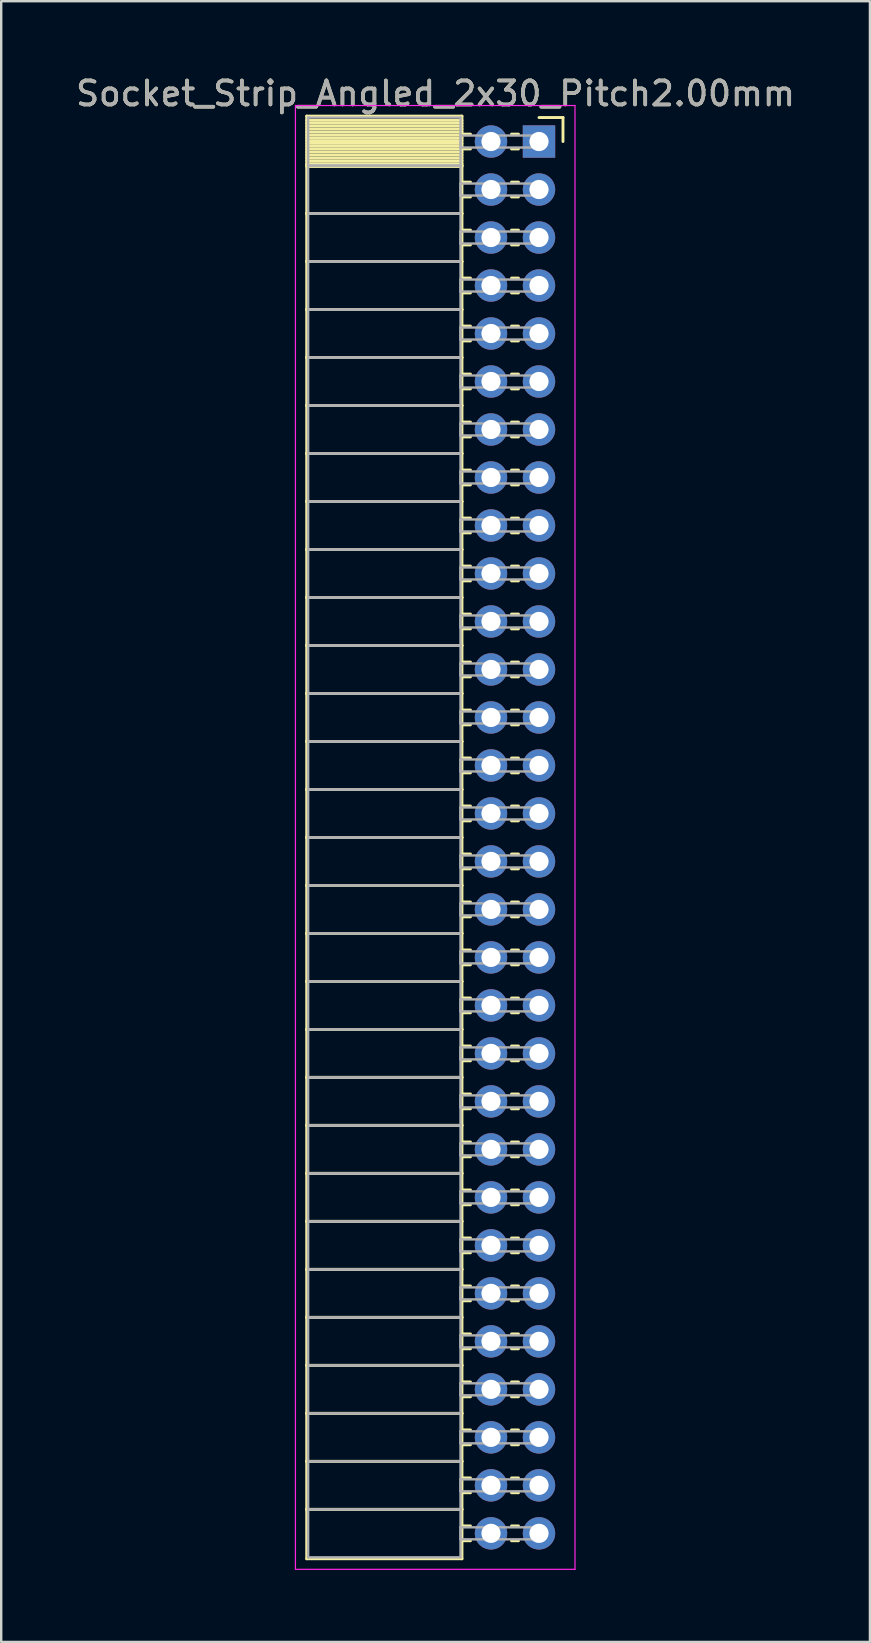
<source format=kicad_pcb>
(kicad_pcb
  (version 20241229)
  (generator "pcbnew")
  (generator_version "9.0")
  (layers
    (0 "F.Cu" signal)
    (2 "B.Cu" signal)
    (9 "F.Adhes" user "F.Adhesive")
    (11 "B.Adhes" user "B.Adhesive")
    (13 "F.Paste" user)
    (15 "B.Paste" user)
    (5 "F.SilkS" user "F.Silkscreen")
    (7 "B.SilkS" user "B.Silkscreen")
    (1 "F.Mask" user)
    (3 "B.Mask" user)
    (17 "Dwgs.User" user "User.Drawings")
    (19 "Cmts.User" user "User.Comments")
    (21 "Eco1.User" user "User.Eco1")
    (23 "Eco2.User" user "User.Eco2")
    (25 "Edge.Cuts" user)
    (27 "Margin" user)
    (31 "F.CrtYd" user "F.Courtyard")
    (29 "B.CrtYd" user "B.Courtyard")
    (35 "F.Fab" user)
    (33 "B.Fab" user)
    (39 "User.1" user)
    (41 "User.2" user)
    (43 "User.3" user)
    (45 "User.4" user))
  (footprint "Socket_Strip_Angled_2x30_Pitch2.00mm"
    (layer "F.Cu")
    (at 19.411 2.848)
    (property "Reference" "Socket_Strip_Angled_2x30_Pitch2.00mm" (at -4.31 -2 0) (layer "F.SilkS") (effects (font (size 1 1) (thickness 0.15))))
    (attr through_hole)
    (fp_line (start -9.68 -1.06) (end -3.21 -1.06) (stroke (width 0.12) (type solid)) (layer "F.SilkS"))
    (fp_line (start -9.68 1) (end -9.68 -1.06) (stroke (width 0.12) (type solid)) (layer "F.SilkS"))
    (fp_line (start -9.68 1) (end -3.21 1) (stroke (width 0.12) (type solid)) (layer "F.SilkS"))
    (fp_line (start -9.68 3) (end -9.68 1) (stroke (width 0.12) (type solid)) (layer "F.SilkS"))
    (fp_line (start -9.68 3) (end -3.21 3) (stroke (width 0.12) (type solid)) (layer "F.SilkS"))
    (fp_line (start -9.68 5) (end -9.68 3) (stroke (width 0.12) (type solid)) (layer "F.SilkS"))
    (fp_line (start -9.68 5) (end -3.21 5) (stroke (width 0.12) (type solid)) (layer "F.SilkS"))
    (fp_line (start -9.68 7) (end -9.68 5) (stroke (width 0.12) (type solid)) (layer "F.SilkS"))
    (fp_line (start -9.68 7) (end -3.21 7) (stroke (width 0.12) (type solid)) (layer "F.SilkS"))
    (fp_line (start -9.68 9) (end -9.68 7) (stroke (width 0.12) (type solid)) (layer "F.SilkS"))
    (fp_line (start -9.68 9) (end -3.21 9) (stroke (width 0.12) (type solid)) (layer "F.SilkS"))
    (fp_line (start -9.68 11) (end -9.68 9) (stroke (width 0.12) (type solid)) (layer "F.SilkS"))
    (fp_line (start -9.68 11) (end -3.21 11) (stroke (width 0.12) (type solid)) (layer "F.SilkS"))
    (fp_line (start -9.68 13) (end -9.68 11) (stroke (width 0.12) (type solid)) (layer "F.SilkS"))
    (fp_line (start -9.68 13) (end -3.21 13) (stroke (width 0.12) (type solid)) (layer "F.SilkS"))
    (fp_line (start -9.68 15) (end -9.68 13) (stroke (width 0.12) (type solid)) (layer "F.SilkS"))
    (fp_line (start -9.68 15) (end -3.21 15) (stroke (width 0.12) (type solid)) (layer "F.SilkS"))
    (fp_line (start -9.68 17) (end -9.68 15) (stroke (width 0.12) (type solid)) (layer "F.SilkS"))
    (fp_line (start -9.68 17) (end -3.21 17) (stroke (width 0.12) (type solid)) (layer "F.SilkS"))
    (fp_line (start -9.68 19) (end -9.68 17) (stroke (width 0.12) (type solid)) (layer "F.SilkS"))
    (fp_line (start -9.68 19) (end -3.21 19) (stroke (width 0.12) (type solid)) (layer "F.SilkS"))
    (fp_line (start -9.68 21) (end -9.68 19) (stroke (width 0.12) (type solid)) (layer "F.SilkS"))
    (fp_line (start -9.68 21) (end -3.21 21) (stroke (width 0.12) (type solid)) (layer "F.SilkS"))
    (fp_line (start -9.68 23) (end -9.68 21) (stroke (width 0.12) (type solid)) (layer "F.SilkS"))
    (fp_line (start -9.68 23) (end -3.21 23) (stroke (width 0.12) (type solid)) (layer "F.SilkS"))
    (fp_line (start -9.68 25) (end -9.68 23) (stroke (width 0.12) (type solid)) (layer "F.SilkS"))
    (fp_line (start -9.68 25) (end -3.21 25) (stroke (width 0.12) (type solid)) (layer "F.SilkS"))
    (fp_line (start -9.68 27) (end -9.68 25) (stroke (width 0.12) (type solid)) (layer "F.SilkS"))
    (fp_line (start -9.68 27) (end -3.21 27) (stroke (width 0.12) (type solid)) (layer "F.SilkS"))
    (fp_line (start -9.68 29) (end -9.68 27) (stroke (width 0.12) (type solid)) (layer "F.SilkS"))
    (fp_line (start -9.68 29) (end -3.21 29) (stroke (width 0.12) (type solid)) (layer "F.SilkS"))
    (fp_line (start -9.68 31) (end -9.68 29) (stroke (width 0.12) (type solid)) (layer "F.SilkS"))
    (fp_line (start -9.68 31) (end -3.21 31) (stroke (width 0.12) (type solid)) (layer "F.SilkS"))
    (fp_line (start -9.68 33) (end -9.68 31) (stroke (width 0.12) (type solid)) (layer "F.SilkS"))
    (fp_line (start -9.68 33) (end -3.21 33) (stroke (width 0.12) (type solid)) (layer "F.SilkS"))
    (fp_line (start -9.68 35) (end -9.68 33) (stroke (width 0.12) (type solid)) (layer "F.SilkS"))
    (fp_line (start -9.68 35) (end -3.21 35) (stroke (width 0.12) (type solid)) (layer "F.SilkS"))
    (fp_line (start -9.68 37) (end -9.68 35) (stroke (width 0.12) (type solid)) (layer "F.SilkS"))
    (fp_line (start -9.68 37) (end -3.21 37) (stroke (width 0.12) (type solid)) (layer "F.SilkS"))
    (fp_line (start -9.68 39) (end -9.68 37) (stroke (width 0.12) (type solid)) (layer "F.SilkS"))
    (fp_line (start -9.68 39) (end -3.21 39) (stroke (width 0.12) (type solid)) (layer "F.SilkS"))
    (fp_line (start -9.68 41) (end -9.68 39) (stroke (width 0.12) (type solid)) (layer "F.SilkS"))
    (fp_line (start -9.68 41) (end -3.21 41) (stroke (width 0.12) (type solid)) (layer "F.SilkS"))
    (fp_line (start -9.68 43) (end -9.68 41) (stroke (width 0.12) (type solid)) (layer "F.SilkS"))
    (fp_line (start -9.68 43) (end -3.21 43) (stroke (width 0.12) (type solid)) (layer "F.SilkS"))
    (fp_line (start -9.68 45) (end -9.68 43) (stroke (width 0.12) (type solid)) (layer "F.SilkS"))
    (fp_line (start -9.68 45) (end -3.21 45) (stroke (width 0.12) (type solid)) (layer "F.SilkS"))
    (fp_line (start -9.68 47) (end -9.68 45) (stroke (width 0.12) (type solid)) (layer "F.SilkS"))
    (fp_line (start -9.68 47) (end -3.21 47) (stroke (width 0.12) (type solid)) (layer "F.SilkS"))
    (fp_line (start -9.68 49) (end -9.68 47) (stroke (width 0.12) (type solid)) (layer "F.SilkS"))
    (fp_line (start -9.68 49) (end -3.21 49) (stroke (width 0.12) (type solid)) (layer "F.SilkS"))
    (fp_line (start -9.68 51) (end -9.68 49) (stroke (width 0.12) (type solid)) (layer "F.SilkS"))
    (fp_line (start -9.68 51) (end -3.21 51) (stroke (width 0.12) (type solid)) (layer "F.SilkS"))
    (fp_line (start -9.68 53) (end -9.68 51) (stroke (width 0.12) (type solid)) (layer "F.SilkS"))
    (fp_line (start -9.68 53) (end -3.21 53) (stroke (width 0.12) (type solid)) (layer "F.SilkS"))
    (fp_line (start -9.68 55) (end -9.68 53) (stroke (width 0.12) (type solid)) (layer "F.SilkS"))
    (fp_line (start -9.68 55) (end -3.21 55) (stroke (width 0.12) (type solid)) (layer "F.SilkS"))
    (fp_line (start -9.68 57) (end -9.68 55) (stroke (width 0.12) (type solid)) (layer "F.SilkS"))
    (fp_line (start -9.68 57) (end -3.21 57) (stroke (width 0.12) (type solid)) (layer "F.SilkS"))
    (fp_line (start -9.68 59.06) (end -9.68 57) (stroke (width 0.12) (type solid)) (layer "F.SilkS"))
    (fp_line (start -3.21 -1.06) (end -3.21 1) (stroke (width 0.12) (type solid)) (layer "F.SilkS"))
    (fp_line (start -3.21 -0.88) (end -9.68 -0.88) (stroke (width 0.12) (type solid)) (layer "F.SilkS"))
    (fp_line (start -3.21 -0.76) (end -9.68 -0.76) (stroke (width 0.12) (type solid)) (layer "F.SilkS"))
    (fp_line (start -3.21 -0.64) (end -9.68 -0.64) (stroke (width 0.12) (type solid)) (layer "F.SilkS"))
    (fp_line (start -3.21 -0.52) (end -9.68 -0.52) (stroke (width 0.12) (type solid)) (layer "F.SilkS"))
    (fp_line (start -3.21 -0.4) (end -9.68 -0.4) (stroke (width 0.12) (type solid)) (layer "F.SilkS"))
    (fp_line (start -3.21 -0.28) (end -9.68 -0.28) (stroke (width 0.12) (type solid)) (layer "F.SilkS"))
    (fp_line (start -3.21 -0.16) (end -9.68 -0.16) (stroke (width 0.12) (type solid)) (layer "F.SilkS"))
    (fp_line (start -3.21 -0.04) (end -9.68 -0.04) (stroke (width 0.12) (type solid)) (layer "F.SilkS"))
    (fp_line (start -3.21 0.08) (end -9.68 0.08) (stroke (width 0.12) (type solid)) (layer "F.SilkS"))
    (fp_line (start -3.21 0.2) (end -9.68 0.2) (stroke (width 0.12) (type solid)) (layer "F.SilkS"))
    (fp_line (start -3.21 0.32) (end -9.68 0.32) (stroke (width 0.12) (type solid)) (layer "F.SilkS"))
    (fp_line (start -3.21 0.44) (end -9.68 0.44) (stroke (width 0.12) (type solid)) (layer "F.SilkS"))
    (fp_line (start -3.21 0.56) (end -9.68 0.56) (stroke (width 0.12) (type solid)) (layer "F.SilkS"))
    (fp_line (start -3.21 0.68) (end -9.68 0.68) (stroke (width 0.12) (type solid)) (layer "F.SilkS"))
    (fp_line (start -3.21 0.8) (end -9.68 0.8) (stroke (width 0.12) (type solid)) (layer "F.SilkS"))
    (fp_line (start -3.21 0.92) (end -9.68 0.92) (stroke (width 0.12) (type solid)) (layer "F.SilkS"))
    (fp_line (start -3.21 1) (end -9.68 1) (stroke (width 0.12) (type solid)) (layer "F.SilkS"))
    (fp_line (start -3.21 1) (end -3.21 3) (stroke (width 0.12) (type solid)) (layer "F.SilkS"))
    (fp_line (start -3.21 1.04) (end -9.68 1.04) (stroke (width 0.12) (type solid)) (layer "F.SilkS"))
    (fp_line (start -3.21 3) (end -9.68 3) (stroke (width 0.12) (type solid)) (layer "F.SilkS"))
    (fp_line (start -3.21 3) (end -3.21 5) (stroke (width 0.12) (type solid)) (layer "F.SilkS"))
    (fp_line (start -3.21 5) (end -9.68 5) (stroke (width 0.12) (type solid)) (layer "F.SilkS"))
    (fp_line (start -3.21 5) (end -3.21 7) (stroke (width 0.12) (type solid)) (layer "F.SilkS"))
    (fp_line (start -3.21 7) (end -9.68 7) (stroke (width 0.12) (type solid)) (layer "F.SilkS"))
    (fp_line (start -3.21 7) (end -3.21 9) (stroke (width 0.12) (type solid)) (layer "F.SilkS"))
    (fp_line (start -3.21 9) (end -9.68 9) (stroke (width 0.12) (type solid)) (layer "F.SilkS"))
    (fp_line (start -3.21 9) (end -3.21 11) (stroke (width 0.12) (type solid)) (layer "F.SilkS"))
    (fp_line (start -3.21 11) (end -9.68 11) (stroke (width 0.12) (type solid)) (layer "F.SilkS"))
    (fp_line (start -3.21 11) (end -3.21 13) (stroke (width 0.12) (type solid)) (layer "F.SilkS"))
    (fp_line (start -3.21 13) (end -9.68 13) (stroke (width 0.12) (type solid)) (layer "F.SilkS"))
    (fp_line (start -3.21 13) (end -3.21 15) (stroke (width 0.12) (type solid)) (layer "F.SilkS"))
    (fp_line (start -3.21 15) (end -9.68 15) (stroke (width 0.12) (type solid)) (layer "F.SilkS"))
    (fp_line (start -3.21 15) (end -3.21 17) (stroke (width 0.12) (type solid)) (layer "F.SilkS"))
    (fp_line (start -3.21 17) (end -9.68 17) (stroke (width 0.12) (type solid)) (layer "F.SilkS"))
    (fp_line (start -3.21 17) (end -3.21 19) (stroke (width 0.12) (type solid)) (layer "F.SilkS"))
    (fp_line (start -3.21 19) (end -9.68 19) (stroke (width 0.12) (type solid)) (layer "F.SilkS"))
    (fp_line (start -3.21 19) (end -3.21 21) (stroke (width 0.12) (type solid)) (layer "F.SilkS"))
    (fp_line (start -3.21 21) (end -9.68 21) (stroke (width 0.12) (type solid)) (layer "F.SilkS"))
    (fp_line (start -3.21 21) (end -3.21 23) (stroke (width 0.12) (type solid)) (layer "F.SilkS"))
    (fp_line (start -3.21 23) (end -9.68 23) (stroke (width 0.12) (type solid)) (layer "F.SilkS"))
    (fp_line (start -3.21 23) (end -3.21 25) (stroke (width 0.12) (type solid)) (layer "F.SilkS"))
    (fp_line (start -3.21 25) (end -9.68 25) (stroke (width 0.12) (type solid)) (layer "F.SilkS"))
    (fp_line (start -3.21 25) (end -3.21 27) (stroke (width 0.12) (type solid)) (layer "F.SilkS"))
    (fp_line (start -3.21 27) (end -9.68 27) (stroke (width 0.12) (type solid)) (layer "F.SilkS"))
    (fp_line (start -3.21 27) (end -3.21 29) (stroke (width 0.12) (type solid)) (layer "F.SilkS"))
    (fp_line (start -3.21 29) (end -9.68 29) (stroke (width 0.12) (type solid)) (layer "F.SilkS"))
    (fp_line (start -3.21 29) (end -3.21 31) (stroke (width 0.12) (type solid)) (layer "F.SilkS"))
    (fp_line (start -3.21 31) (end -9.68 31) (stroke (width 0.12) (type solid)) (layer "F.SilkS"))
    (fp_line (start -3.21 31) (end -3.21 33) (stroke (width 0.12) (type solid)) (layer "F.SilkS"))
    (fp_line (start -3.21 33) (end -9.68 33) (stroke (width 0.12) (type solid)) (layer "F.SilkS"))
    (fp_line (start -3.21 33) (end -3.21 35) (stroke (width 0.12) (type solid)) (layer "F.SilkS"))
    (fp_line (start -3.21 35) (end -9.68 35) (stroke (width 0.12) (type solid)) (layer "F.SilkS"))
    (fp_line (start -3.21 35) (end -3.21 37) (stroke (width 0.12) (type solid)) (layer "F.SilkS"))
    (fp_line (start -3.21 37) (end -9.68 37) (stroke (width 0.12) (type solid)) (layer "F.SilkS"))
    (fp_line (start -3.21 37) (end -3.21 39) (stroke (width 0.12) (type solid)) (layer "F.SilkS"))
    (fp_line (start -3.21 39) (end -9.68 39) (stroke (width 0.12) (type solid)) (layer "F.SilkS"))
    (fp_line (start -3.21 39) (end -3.21 41) (stroke (width 0.12) (type solid)) (layer "F.SilkS"))
    (fp_line (start -3.21 41) (end -9.68 41) (stroke (width 0.12) (type solid)) (layer "F.SilkS"))
    (fp_line (start -3.21 41) (end -3.21 43) (stroke (width 0.12) (type solid)) (layer "F.SilkS"))
    (fp_line (start -3.21 43) (end -9.68 43) (stroke (width 0.12) (type solid)) (layer "F.SilkS"))
    (fp_line (start -3.21 43) (end -3.21 45) (stroke (width 0.12) (type solid)) (layer "F.SilkS"))
    (fp_line (start -3.21 45) (end -9.68 45) (stroke (width 0.12) (type solid)) (layer "F.SilkS"))
    (fp_line (start -3.21 45) (end -3.21 47) (stroke (width 0.12) (type solid)) (layer "F.SilkS"))
    (fp_line (start -3.21 47) (end -9.68 47) (stroke (width 0.12) (type solid)) (layer "F.SilkS"))
    (fp_line (start -3.21 47) (end -3.21 49) (stroke (width 0.12) (type solid)) (layer "F.SilkS"))
    (fp_line (start -3.21 49) (end -9.68 49) (stroke (width 0.12) (type solid)) (layer "F.SilkS"))
    (fp_line (start -3.21 49) (end -3.21 51) (stroke (width 0.12) (type solid)) (layer "F.SilkS"))
    (fp_line (start -3.21 51) (end -9.68 51) (stroke (width 0.12) (type solid)) (layer "F.SilkS"))
    (fp_line (start -3.21 51) (end -3.21 53) (stroke (width 0.12) (type solid)) (layer "F.SilkS"))
    (fp_line (start -3.21 53) (end -9.68 53) (stroke (width 0.12) (type solid)) (layer "F.SilkS"))
    (fp_line (start -3.21 53) (end -3.21 55) (stroke (width 0.12) (type solid)) (layer "F.SilkS"))
    (fp_line (start -3.21 55) (end -9.68 55) (stroke (width 0.12) (type solid)) (layer "F.SilkS"))
    (fp_line (start -3.21 55) (end -3.21 57) (stroke (width 0.12) (type solid)) (layer "F.SilkS"))
    (fp_line (start -3.21 57) (end -9.68 57) (stroke (width 0.12) (type solid)) (layer "F.SilkS"))
    (fp_line (start -3.21 57) (end -3.21 59.06) (stroke (width 0.12) (type solid)) (layer "F.SilkS"))
    (fp_line (start -3.21 59.06) (end -9.68 59.06) (stroke (width 0.12) (type solid)) (layer "F.SilkS"))
    (fp_line (start -2.855 -0.31) (end -3.21 -0.31) (stroke (width 0.12) (type solid)) (layer "F.SilkS"))
    (fp_line (start -2.855 0.31) (end -3.21 0.31) (stroke (width 0.12) (type solid)) (layer "F.SilkS"))
    (fp_line (start -2.855 1.69) (end -3.21 1.69) (stroke (width 0.12) (type solid)) (layer "F.SilkS"))
    (fp_line (start -2.855 2.31) (end -3.21 2.31) (stroke (width 0.12) (type solid)) (layer "F.SilkS"))
    (fp_line (start -2.855 3.69) (end -3.21 3.69) (stroke (width 0.12) (type solid)) (layer "F.SilkS"))
    (fp_line (start -2.855 4.31) (end -3.21 4.31) (stroke (width 0.12) (type solid)) (layer "F.SilkS"))
    (fp_line (start -2.855 5.69) (end -3.21 5.69) (stroke (width 0.12) (type solid)) (layer "F.SilkS"))
    (fp_line (start -2.855 6.31) (end -3.21 6.31) (stroke (width 0.12) (type solid)) (layer "F.SilkS"))
    (fp_line (start -2.855 7.69) (end -3.21 7.69) (stroke (width 0.12) (type solid)) (layer "F.SilkS"))
    (fp_line (start -2.855 8.31) (end -3.21 8.31) (stroke (width 0.12) (type solid)) (layer "F.SilkS"))
    (fp_line (start -2.855 9.69) (end -3.21 9.69) (stroke (width 0.12) (type solid)) (layer "F.SilkS"))
    (fp_line (start -2.855 10.31) (end -3.21 10.31) (stroke (width 0.12) (type solid)) (layer "F.SilkS"))
    (fp_line (start -2.855 11.69) (end -3.21 11.69) (stroke (width 0.12) (type solid)) (layer "F.SilkS"))
    (fp_line (start -2.855 12.31) (end -3.21 12.31) (stroke (width 0.12) (type solid)) (layer "F.SilkS"))
    (fp_line (start -2.855 13.69) (end -3.21 13.69) (stroke (width 0.12) (type solid)) (layer "F.SilkS"))
    (fp_line (start -2.855 14.31) (end -3.21 14.31) (stroke (width 0.12) (type solid)) (layer "F.SilkS"))
    (fp_line (start -2.855 15.69) (end -3.21 15.69) (stroke (width 0.12) (type solid)) (layer "F.SilkS"))
    (fp_line (start -2.855 16.31) (end -3.21 16.31) (stroke (width 0.12) (type solid)) (layer "F.SilkS"))
    (fp_line (start -2.855 17.69) (end -3.21 17.69) (stroke (width 0.12) (type solid)) (layer "F.SilkS"))
    (fp_line (start -2.855 18.31) (end -3.21 18.31) (stroke (width 0.12) (type solid)) (layer "F.SilkS"))
    (fp_line (start -2.855 19.69) (end -3.21 19.69) (stroke (width 0.12) (type solid)) (layer "F.SilkS"))
    (fp_line (start -2.855 20.31) (end -3.21 20.31) (stroke (width 0.12) (type solid)) (layer "F.SilkS"))
    (fp_line (start -2.855 21.69) (end -3.21 21.69) (stroke (width 0.12) (type solid)) (layer "F.SilkS"))
    (fp_line (start -2.855 22.31) (end -3.21 22.31) (stroke (width 0.12) (type solid)) (layer "F.SilkS"))
    (fp_line (start -2.855 23.69) (end -3.21 23.69) (stroke (width 0.12) (type solid)) (layer "F.SilkS"))
    (fp_line (start -2.855 24.31) (end -3.21 24.31) (stroke (width 0.12) (type solid)) (layer "F.SilkS"))
    (fp_line (start -2.855 25.69) (end -3.21 25.69) (stroke (width 0.12) (type solid)) (layer "F.SilkS"))
    (fp_line (start -2.855 26.31) (end -3.21 26.31) (stroke (width 0.12) (type solid)) (layer "F.SilkS"))
    (fp_line (start -2.855 27.69) (end -3.21 27.69) (stroke (width 0.12) (type solid)) (layer "F.SilkS"))
    (fp_line (start -2.855 28.31) (end -3.21 28.31) (stroke (width 0.12) (type solid)) (layer "F.SilkS"))
    (fp_line (start -2.855 29.69) (end -3.21 29.69) (stroke (width 0.12) (type solid)) (layer "F.SilkS"))
    (fp_line (start -2.855 30.31) (end -3.21 30.31) (stroke (width 0.12) (type solid)) (layer "F.SilkS"))
    (fp_line (start -2.855 31.69) (end -3.21 31.69) (stroke (width 0.12) (type solid)) (layer "F.SilkS"))
    (fp_line (start -2.855 32.31) (end -3.21 32.31) (stroke (width 0.12) (type solid)) (layer "F.SilkS"))
    (fp_line (start -2.855 33.69) (end -3.21 33.69) (stroke (width 0.12) (type solid)) (layer "F.SilkS"))
    (fp_line (start -2.855 34.31) (end -3.21 34.31) (stroke (width 0.12) (type solid)) (layer "F.SilkS"))
    (fp_line (start -2.855 35.69) (end -3.21 35.69) (stroke (width 0.12) (type solid)) (layer "F.SilkS"))
    (fp_line (start -2.855 36.31) (end -3.21 36.31) (stroke (width 0.12) (type solid)) (layer "F.SilkS"))
    (fp_line (start -2.855 37.69) (end -3.21 37.69) (stroke (width 0.12) (type solid)) (layer "F.SilkS"))
    (fp_line (start -2.855 38.31) (end -3.21 38.31) (stroke (width 0.12) (type solid)) (layer "F.SilkS"))
    (fp_line (start -2.855 39.69) (end -3.21 39.69) (stroke (width 0.12) (type solid)) (layer "F.SilkS"))
    (fp_line (start -2.855 40.31) (end -3.21 40.31) (stroke (width 0.12) (type solid)) (layer "F.SilkS"))
    (fp_line (start -2.855 41.69) (end -3.21 41.69) (stroke (width 0.12) (type solid)) (layer "F.SilkS"))
    (fp_line (start -2.855 42.31) (end -3.21 42.31) (stroke (width 0.12) (type solid)) (layer "F.SilkS"))
    (fp_line (start -2.855 43.69) (end -3.21 43.69) (stroke (width 0.12) (type solid)) (layer "F.SilkS"))
    (fp_line (start -2.855 44.31) (end -3.21 44.31) (stroke (width 0.12) (type solid)) (layer "F.SilkS"))
    (fp_line (start -2.855 45.69) (end -3.21 45.69) (stroke (width 0.12) (type solid)) (layer "F.SilkS"))
    (fp_line (start -2.855 46.31) (end -3.21 46.31) (stroke (width 0.12) (type solid)) (layer "F.SilkS"))
    (fp_line (start -2.855 47.69) (end -3.21 47.69) (stroke (width 0.12) (type solid)) (layer "F.SilkS"))
    (fp_line (start -2.855 48.31) (end -3.21 48.31) (stroke (width 0.12) (type solid)) (layer "F.SilkS"))
    (fp_line (start -2.855 49.69) (end -3.21 49.69) (stroke (width 0.12) (type solid)) (layer "F.SilkS"))
    (fp_line (start -2.855 50.31) (end -3.21 50.31) (stroke (width 0.12) (type solid)) (layer "F.SilkS"))
    (fp_line (start -2.855 51.69) (end -3.21 51.69) (stroke (width 0.12) (type solid)) (layer "F.SilkS"))
    (fp_line (start -2.855 52.31) (end -3.21 52.31) (stroke (width 0.12) (type solid)) (layer "F.SilkS"))
    (fp_line (start -2.855 53.69) (end -3.21 53.69) (stroke (width 0.12) (type solid)) (layer "F.SilkS"))
    (fp_line (start -2.855 54.31) (end -3.21 54.31) (stroke (width 0.12) (type solid)) (layer "F.SilkS"))
    (fp_line (start -2.855 55.69) (end -3.21 55.69) (stroke (width 0.12) (type solid)) (layer "F.SilkS"))
    (fp_line (start -2.855 56.31) (end -3.21 56.31) (stroke (width 0.12) (type solid)) (layer "F.SilkS"))
    (fp_line (start -2.855 57.69) (end -3.21 57.69) (stroke (width 0.12) (type solid)) (layer "F.SilkS"))
    (fp_line (start -2.855 58.31) (end -3.21 58.31) (stroke (width 0.12) (type solid)) (layer "F.SilkS"))
    (fp_line (start -0.855 -0.31) (end -1.145 -0.31) (stroke (width 0.12) (type solid)) (layer "F.SilkS"))
    (fp_line (start -0.855 0.31) (end -1.145 0.31) (stroke (width 0.12) (type solid)) (layer "F.SilkS"))
    (fp_line (start -0.855 1.69) (end -1.145 1.69) (stroke (width 0.12) (type solid)) (layer "F.SilkS"))
    (fp_line (start -0.855 2.31) (end -1.145 2.31) (stroke (width 0.12) (type solid)) (layer "F.SilkS"))
    (fp_line (start -0.855 3.69) (end -1.145 3.69) (stroke (width 0.12) (type solid)) (layer "F.SilkS"))
    (fp_line (start -0.855 4.31) (end -1.145 4.31) (stroke (width 0.12) (type solid)) (layer "F.SilkS"))
    (fp_line (start -0.855 5.69) (end -1.145 5.69) (stroke (width 0.12) (type solid)) (layer "F.SilkS"))
    (fp_line (start -0.855 6.31) (end -1.145 6.31) (stroke (width 0.12) (type solid)) (layer "F.SilkS"))
    (fp_line (start -0.855 7.69) (end -1.145 7.69) (stroke (width 0.12) (type solid)) (layer "F.SilkS"))
    (fp_line (start -0.855 8.31) (end -1.145 8.31) (stroke (width 0.12) (type solid)) (layer "F.SilkS"))
    (fp_line (start -0.855 9.69) (end -1.145 9.69) (stroke (width 0.12) (type solid)) (layer "F.SilkS"))
    (fp_line (start -0.855 10.31) (end -1.145 10.31) (stroke (width 0.12) (type solid)) (layer "F.SilkS"))
    (fp_line (start -0.855 11.69) (end -1.145 11.69) (stroke (width 0.12) (type solid)) (layer "F.SilkS"))
    (fp_line (start -0.855 12.31) (end -1.145 12.31) (stroke (width 0.12) (type solid)) (layer "F.SilkS"))
    (fp_line (start -0.855 13.69) (end -1.145 13.69) (stroke (width 0.12) (type solid)) (layer "F.SilkS"))
    (fp_line (start -0.855 14.31) (end -1.145 14.31) (stroke (width 0.12) (type solid)) (layer "F.SilkS"))
    (fp_line (start -0.855 15.69) (end -1.145 15.69) (stroke (width 0.12) (type solid)) (layer "F.SilkS"))
    (fp_line (start -0.855 16.31) (end -1.145 16.31) (stroke (width 0.12) (type solid)) (layer "F.SilkS"))
    (fp_line (start -0.855 17.69) (end -1.145 17.69) (stroke (width 0.12) (type solid)) (layer "F.SilkS"))
    (fp_line (start -0.855 18.31) (end -1.145 18.31) (stroke (width 0.12) (type solid)) (layer "F.SilkS"))
    (fp_line (start -0.855 19.69) (end -1.145 19.69) (stroke (width 0.12) (type solid)) (layer "F.SilkS"))
    (fp_line (start -0.855 20.31) (end -1.145 20.31) (stroke (width 0.12) (type solid)) (layer "F.SilkS"))
    (fp_line (start -0.855 21.69) (end -1.145 21.69) (stroke (width 0.12) (type solid)) (layer "F.SilkS"))
    (fp_line (start -0.855 22.31) (end -1.145 22.31) (stroke (width 0.12) (type solid)) (layer "F.SilkS"))
    (fp_line (start -0.855 23.69) (end -1.145 23.69) (stroke (width 0.12) (type solid)) (layer "F.SilkS"))
    (fp_line (start -0.855 24.31) (end -1.145 24.31) (stroke (width 0.12) (type solid)) (layer "F.SilkS"))
    (fp_line (start -0.855 25.69) (end -1.145 25.69) (stroke (width 0.12) (type solid)) (layer "F.SilkS"))
    (fp_line (start -0.855 26.31) (end -1.145 26.31) (stroke (width 0.12) (type solid)) (layer "F.SilkS"))
    (fp_line (start -0.855 27.69) (end -1.145 27.69) (stroke (width 0.12) (type solid)) (layer "F.SilkS"))
    (fp_line (start -0.855 28.31) (end -1.145 28.31) (stroke (width 0.12) (type solid)) (layer "F.SilkS"))
    (fp_line (start -0.855 29.69) (end -1.145 29.69) (stroke (width 0.12) (type solid)) (layer "F.SilkS"))
    (fp_line (start -0.855 30.31) (end -1.145 30.31) (stroke (width 0.12) (type solid)) (layer "F.SilkS"))
    (fp_line (start -0.855 31.69) (end -1.145 31.69) (stroke (width 0.12) (type solid)) (layer "F.SilkS"))
    (fp_line (start -0.855 32.31) (end -1.145 32.31) (stroke (width 0.12) (type solid)) (layer "F.SilkS"))
    (fp_line (start -0.855 33.69) (end -1.145 33.69) (stroke (width 0.12) (type solid)) (layer "F.SilkS"))
    (fp_line (start -0.855 34.31) (end -1.145 34.31) (stroke (width 0.12) (type solid)) (layer "F.SilkS"))
    (fp_line (start -0.855 35.69) (end -1.145 35.69) (stroke (width 0.12) (type solid)) (layer "F.SilkS"))
    (fp_line (start -0.855 36.31) (end -1.145 36.31) (stroke (width 0.12) (type solid)) (layer "F.SilkS"))
    (fp_line (start -0.855 37.69) (end -1.145 37.69) (stroke (width 0.12) (type solid)) (layer "F.SilkS"))
    (fp_line (start -0.855 38.31) (end -1.145 38.31) (stroke (width 0.12) (type solid)) (layer "F.SilkS"))
    (fp_line (start -0.855 39.69) (end -1.145 39.69) (stroke (width 0.12) (type solid)) (layer "F.SilkS"))
    (fp_line (start -0.855 40.31) (end -1.145 40.31) (stroke (width 0.12) (type solid)) (layer "F.SilkS"))
    (fp_line (start -0.855 41.69) (end -1.145 41.69) (stroke (width 0.12) (type solid)) (layer "F.SilkS"))
    (fp_line (start -0.855 42.31) (end -1.145 42.31) (stroke (width 0.12) (type solid)) (layer "F.SilkS"))
    (fp_line (start -0.855 43.69) (end -1.145 43.69) (stroke (width 0.12) (type solid)) (layer "F.SilkS"))
    (fp_line (start -0.855 44.31) (end -1.145 44.31) (stroke (width 0.12) (type solid)) (layer "F.SilkS"))
    (fp_line (start -0.855 45.69) (end -1.145 45.69) (stroke (width 0.12) (type solid)) (layer "F.SilkS"))
    (fp_line (start -0.855 46.31) (end -1.145 46.31) (stroke (width 0.12) (type solid)) (layer "F.SilkS"))
    (fp_line (start -0.855 47.69) (end -1.145 47.69) (stroke (width 0.12) (type solid)) (layer "F.SilkS"))
    (fp_line (start -0.855 48.31) (end -1.145 48.31) (stroke (width 0.12) (type solid)) (layer "F.SilkS"))
    (fp_line (start -0.855 49.69) (end -1.145 49.69) (stroke (width 0.12) (type solid)) (layer "F.SilkS"))
    (fp_line (start -0.855 50.31) (end -1.145 50.31) (stroke (width 0.12) (type solid)) (layer "F.SilkS"))
    (fp_line (start -0.855 51.69) (end -1.145 51.69) (stroke (width 0.12) (type solid)) (layer "F.SilkS"))
    (fp_line (start -0.855 52.31) (end -1.145 52.31) (stroke (width 0.12) (type solid)) (layer "F.SilkS"))
    (fp_line (start -0.855 53.69) (end -1.145 53.69) (stroke (width 0.12) (type solid)) (layer "F.SilkS"))
    (fp_line (start -0.855 54.31) (end -1.145 54.31) (stroke (width 0.12) (type solid)) (layer "F.SilkS"))
    (fp_line (start -0.855 55.69) (end -1.145 55.69) (stroke (width 0.12) (type solid)) (layer "F.SilkS"))
    (fp_line (start -0.855 56.31) (end -1.145 56.31) (stroke (width 0.12) (type solid)) (layer "F.SilkS"))
    (fp_line (start -0.855 57.69) (end -1.145 57.69) (stroke (width 0.12) (type solid)) (layer "F.SilkS"))
    (fp_line (start -0.855 58.31) (end -1.145 58.31) (stroke (width 0.12) (type solid)) (layer "F.SilkS"))
    (fp_line (start 0 -1) (end 1 -1) (stroke (width 0.12) (type solid)) (layer "F.SilkS"))
    (fp_line (start 1 -1) (end 1 0) (stroke (width 0.12) (type solid)) (layer "F.SilkS"))
    (fp_line (start -10.15 -1.5) (end 1.5 -1.5) (stroke (width 0.05) (type solid)) (layer "F.CrtYd"))
    (fp_line (start -10.15 59.5) (end -10.15 -1.5) (stroke (width 0.05) (type solid)) (layer "F.CrtYd"))
    (fp_line (start 1.5 -1.5) (end 1.5 59.5) (stroke (width 0.05) (type solid)) (layer "F.CrtYd"))
    (fp_line (start 1.5 59.5) (end -10.15 59.5) (stroke (width 0.05) (type solid)) (layer "F.CrtYd"))
    (fp_line (start -9.62 -1) (end -3.27 -1) (stroke (width 0.1) (type solid)) (layer "F.Fab"))
    (fp_line (start -9.62 1) (end -9.62 -1) (stroke (width 0.1) (type solid)) (layer "F.Fab"))
    (fp_line (start -9.62 1) (end -3.27 1) (stroke (width 0.1) (type solid)) (layer "F.Fab"))
    (fp_line (start -9.62 3) (end -9.62 1) (stroke (width 0.1) (type solid)) (layer "F.Fab"))
    (fp_line (start -9.62 3) (end -3.27 3) (stroke (width 0.1) (type solid)) (layer "F.Fab"))
    (fp_line (start -9.62 5) (end -9.62 3) (stroke (width 0.1) (type solid)) (layer "F.Fab"))
    (fp_line (start -9.62 5) (end -3.27 5) (stroke (width 0.1) (type solid)) (layer "F.Fab"))
    (fp_line (start -9.62 7) (end -9.62 5) (stroke (width 0.1) (type solid)) (layer "F.Fab"))
    (fp_line (start -9.62 7) (end -3.27 7) (stroke (width 0.1) (type solid)) (layer "F.Fab"))
    (fp_line (start -9.62 9) (end -9.62 7) (stroke (width 0.1) (type solid)) (layer "F.Fab"))
    (fp_line (start -9.62 9) (end -3.27 9) (stroke (width 0.1) (type solid)) (layer "F.Fab"))
    (fp_line (start -9.62 11) (end -9.62 9) (stroke (width 0.1) (type solid)) (layer "F.Fab"))
    (fp_line (start -9.62 11) (end -3.27 11) (stroke (width 0.1) (type solid)) (layer "F.Fab"))
    (fp_line (start -9.62 13) (end -9.62 11) (stroke (width 0.1) (type solid)) (layer "F.Fab"))
    (fp_line (start -9.62 13) (end -3.27 13) (stroke (width 0.1) (type solid)) (layer "F.Fab"))
    (fp_line (start -9.62 15) (end -9.62 13) (stroke (width 0.1) (type solid)) (layer "F.Fab"))
    (fp_line (start -9.62 15) (end -3.27 15) (stroke (width 0.1) (type solid)) (layer "F.Fab"))
    (fp_line (start -9.62 17) (end -9.62 15) (stroke (width 0.1) (type solid)) (layer "F.Fab"))
    (fp_line (start -9.62 17) (end -3.27 17) (stroke (width 0.1) (type solid)) (layer "F.Fab"))
    (fp_line (start -9.62 19) (end -9.62 17) (stroke (width 0.1) (type solid)) (layer "F.Fab"))
    (fp_line (start -9.62 19) (end -3.27 19) (stroke (width 0.1) (type solid)) (layer "F.Fab"))
    (fp_line (start -9.62 21) (end -9.62 19) (stroke (width 0.1) (type solid)) (layer "F.Fab"))
    (fp_line (start -9.62 21) (end -3.27 21) (stroke (width 0.1) (type solid)) (layer "F.Fab"))
    (fp_line (start -9.62 23) (end -9.62 21) (stroke (width 0.1) (type solid)) (layer "F.Fab"))
    (fp_line (start -9.62 23) (end -3.27 23) (stroke (width 0.1) (type solid)) (layer "F.Fab"))
    (fp_line (start -9.62 25) (end -9.62 23) (stroke (width 0.1) (type solid)) (layer "F.Fab"))
    (fp_line (start -9.62 25) (end -3.27 25) (stroke (width 0.1) (type solid)) (layer "F.Fab"))
    (fp_line (start -9.62 27) (end -9.62 25) (stroke (width 0.1) (type solid)) (layer "F.Fab"))
    (fp_line (start -9.62 27) (end -3.27 27) (stroke (width 0.1) (type solid)) (layer "F.Fab"))
    (fp_line (start -9.62 29) (end -9.62 27) (stroke (width 0.1) (type solid)) (layer "F.Fab"))
    (fp_line (start -9.62 29) (end -3.27 29) (stroke (width 0.1) (type solid)) (layer "F.Fab"))
    (fp_line (start -9.62 31) (end -9.62 29) (stroke (width 0.1) (type solid)) (layer "F.Fab"))
    (fp_line (start -9.62 31) (end -3.27 31) (stroke (width 0.1) (type solid)) (layer "F.Fab"))
    (fp_line (start -9.62 33) (end -9.62 31) (stroke (width 0.1) (type solid)) (layer "F.Fab"))
    (fp_line (start -9.62 33) (end -3.27 33) (stroke (width 0.1) (type solid)) (layer "F.Fab"))
    (fp_line (start -9.62 35) (end -9.62 33) (stroke (width 0.1) (type solid)) (layer "F.Fab"))
    (fp_line (start -9.62 35) (end -3.27 35) (stroke (width 0.1) (type solid)) (layer "F.Fab"))
    (fp_line (start -9.62 37) (end -9.62 35) (stroke (width 0.1) (type solid)) (layer "F.Fab"))
    (fp_line (start -9.62 37) (end -3.27 37) (stroke (width 0.1) (type solid)) (layer "F.Fab"))
    (fp_line (start -9.62 39) (end -9.62 37) (stroke (width 0.1) (type solid)) (layer "F.Fab"))
    (fp_line (start -9.62 39) (end -3.27 39) (stroke (width 0.1) (type solid)) (layer "F.Fab"))
    (fp_line (start -9.62 41) (end -9.62 39) (stroke (width 0.1) (type solid)) (layer "F.Fab"))
    (fp_line (start -9.62 41) (end -3.27 41) (stroke (width 0.1) (type solid)) (layer "F.Fab"))
    (fp_line (start -9.62 43) (end -9.62 41) (stroke (width 0.1) (type solid)) (layer "F.Fab"))
    (fp_line (start -9.62 43) (end -3.27 43) (stroke (width 0.1) (type solid)) (layer "F.Fab"))
    (fp_line (start -9.62 45) (end -9.62 43) (stroke (width 0.1) (type solid)) (layer "F.Fab"))
    (fp_line (start -9.62 45) (end -3.27 45) (stroke (width 0.1) (type solid)) (layer "F.Fab"))
    (fp_line (start -9.62 47) (end -9.62 45) (stroke (width 0.1) (type solid)) (layer "F.Fab"))
    (fp_line (start -9.62 47) (end -3.27 47) (stroke (width 0.1) (type solid)) (layer "F.Fab"))
    (fp_line (start -9.62 49) (end -9.62 47) (stroke (width 0.1) (type solid)) (layer "F.Fab"))
    (fp_line (start -9.62 49) (end -3.27 49) (stroke (width 0.1) (type solid)) (layer "F.Fab"))
    (fp_line (start -9.62 51) (end -9.62 49) (stroke (width 0.1) (type solid)) (layer "F.Fab"))
    (fp_line (start -9.62 51) (end -3.27 51) (stroke (width 0.1) (type solid)) (layer "F.Fab"))
    (fp_line (start -9.62 53) (end -9.62 51) (stroke (width 0.1) (type solid)) (layer "F.Fab"))
    (fp_line (start -9.62 53) (end -3.27 53) (stroke (width 0.1) (type solid)) (layer "F.Fab"))
    (fp_line (start -9.62 55) (end -9.62 53) (stroke (width 0.1) (type solid)) (layer "F.Fab"))
    (fp_line (start -9.62 55) (end -3.27 55) (stroke (width 0.1) (type solid)) (layer "F.Fab"))
    (fp_line (start -9.62 57) (end -9.62 55) (stroke (width 0.1) (type solid)) (layer "F.Fab"))
    (fp_line (start -9.62 57) (end -3.27 57) (stroke (width 0.1) (type solid)) (layer "F.Fab"))
    (fp_line (start -9.62 59) (end -9.62 57) (stroke (width 0.1) (type solid)) (layer "F.Fab"))
    (fp_line (start -3.27 -1) (end -3.27 1) (stroke (width 0.1) (type solid)) (layer "F.Fab"))
    (fp_line (start -3.27 -0.25) (end 0 -0.25) (stroke (width 0.1) (type solid)) (layer "F.Fab"))
    (fp_line (start -3.27 0.25) (end -3.27 -0.25) (stroke (width 0.1) (type solid)) (layer "F.Fab"))
    (fp_line (start -3.27 1) (end -9.62 1) (stroke (width 0.1) (type solid)) (layer "F.Fab"))
    (fp_line (start -3.27 1) (end -3.27 3) (stroke (width 0.1) (type solid)) (layer "F.Fab"))
    (fp_line (start -3.27 1.75) (end 0 1.75) (stroke (width 0.1) (type solid)) (layer "F.Fab"))
    (fp_line (start -3.27 2.25) (end -3.27 1.75) (stroke (width 0.1) (type solid)) (layer "F.Fab"))
    (fp_line (start -3.27 3) (end -9.62 3) (stroke (width 0.1) (type solid)) (layer "F.Fab"))
    (fp_line (start -3.27 3) (end -3.27 5) (stroke (width 0.1) (type solid)) (layer "F.Fab"))
    (fp_line (start -3.27 3.75) (end 0 3.75) (stroke (width 0.1) (type solid)) (layer "F.Fab"))
    (fp_line (start -3.27 4.25) (end -3.27 3.75) (stroke (width 0.1) (type solid)) (layer "F.Fab"))
    (fp_line (start -3.27 5) (end -9.62 5) (stroke (width 0.1) (type solid)) (layer "F.Fab"))
    (fp_line (start -3.27 5) (end -3.27 7) (stroke (width 0.1) (type solid)) (layer "F.Fab"))
    (fp_line (start -3.27 5.75) (end 0 5.75) (stroke (width 0.1) (type solid)) (layer "F.Fab"))
    (fp_line (start -3.27 6.25) (end -3.27 5.75) (stroke (width 0.1) (type solid)) (layer "F.Fab"))
    (fp_line (start -3.27 7) (end -9.62 7) (stroke (width 0.1) (type solid)) (layer "F.Fab"))
    (fp_line (start -3.27 7) (end -3.27 9) (stroke (width 0.1) (type solid)) (layer "F.Fab"))
    (fp_line (start -3.27 7.75) (end 0 7.75) (stroke (width 0.1) (type solid)) (layer "F.Fab"))
    (fp_line (start -3.27 8.25) (end -3.27 7.75) (stroke (width 0.1) (type solid)) (layer "F.Fab"))
    (fp_line (start -3.27 9) (end -9.62 9) (stroke (width 0.1) (type solid)) (layer "F.Fab"))
    (fp_line (start -3.27 9) (end -3.27 11) (stroke (width 0.1) (type solid)) (layer "F.Fab"))
    (fp_line (start -3.27 9.75) (end 0 9.75) (stroke (width 0.1) (type solid)) (layer "F.Fab"))
    (fp_line (start -3.27 10.25) (end -3.27 9.75) (stroke (width 0.1) (type solid)) (layer "F.Fab"))
    (fp_line (start -3.27 11) (end -9.62 11) (stroke (width 0.1) (type solid)) (layer "F.Fab"))
    (fp_line (start -3.27 11) (end -3.27 13) (stroke (width 0.1) (type solid)) (layer "F.Fab"))
    (fp_line (start -3.27 11.75) (end 0 11.75) (stroke (width 0.1) (type solid)) (layer "F.Fab"))
    (fp_line (start -3.27 12.25) (end -3.27 11.75) (stroke (width 0.1) (type solid)) (layer "F.Fab"))
    (fp_line (start -3.27 13) (end -9.62 13) (stroke (width 0.1) (type solid)) (layer "F.Fab"))
    (fp_line (start -3.27 13) (end -3.27 15) (stroke (width 0.1) (type solid)) (layer "F.Fab"))
    (fp_line (start -3.27 13.75) (end 0 13.75) (stroke (width 0.1) (type solid)) (layer "F.Fab"))
    (fp_line (start -3.27 14.25) (end -3.27 13.75) (stroke (width 0.1) (type solid)) (layer "F.Fab"))
    (fp_line (start -3.27 15) (end -9.62 15) (stroke (width 0.1) (type solid)) (layer "F.Fab"))
    (fp_line (start -3.27 15) (end -3.27 17) (stroke (width 0.1) (type solid)) (layer "F.Fab"))
    (fp_line (start -3.27 15.75) (end 0 15.75) (stroke (width 0.1) (type solid)) (layer "F.Fab"))
    (fp_line (start -3.27 16.25) (end -3.27 15.75) (stroke (width 0.1) (type solid)) (layer "F.Fab"))
    (fp_line (start -3.27 17) (end -9.62 17) (stroke (width 0.1) (type solid)) (layer "F.Fab"))
    (fp_line (start -3.27 17) (end -3.27 19) (stroke (width 0.1) (type solid)) (layer "F.Fab"))
    (fp_line (start -3.27 17.75) (end 0 17.75) (stroke (width 0.1) (type solid)) (layer "F.Fab"))
    (fp_line (start -3.27 18.25) (end -3.27 17.75) (stroke (width 0.1) (type solid)) (layer "F.Fab"))
    (fp_line (start -3.27 19) (end -9.62 19) (stroke (width 0.1) (type solid)) (layer "F.Fab"))
    (fp_line (start -3.27 19) (end -3.27 21) (stroke (width 0.1) (type solid)) (layer "F.Fab"))
    (fp_line (start -3.27 19.75) (end 0 19.75) (stroke (width 0.1) (type solid)) (layer "F.Fab"))
    (fp_line (start -3.27 20.25) (end -3.27 19.75) (stroke (width 0.1) (type solid)) (layer "F.Fab"))
    (fp_line (start -3.27 21) (end -9.62 21) (stroke (width 0.1) (type solid)) (layer "F.Fab"))
    (fp_line (start -3.27 21) (end -3.27 23) (stroke (width 0.1) (type solid)) (layer "F.Fab"))
    (fp_line (start -3.27 21.75) (end 0 21.75) (stroke (width 0.1) (type solid)) (layer "F.Fab"))
    (fp_line (start -3.27 22.25) (end -3.27 21.75) (stroke (width 0.1) (type solid)) (layer "F.Fab"))
    (fp_line (start -3.27 23) (end -9.62 23) (stroke (width 0.1) (type solid)) (layer "F.Fab"))
    (fp_line (start -3.27 23) (end -3.27 25) (stroke (width 0.1) (type solid)) (layer "F.Fab"))
    (fp_line (start -3.27 23.75) (end 0 23.75) (stroke (width 0.1) (type solid)) (layer "F.Fab"))
    (fp_line (start -3.27 24.25) (end -3.27 23.75) (stroke (width 0.1) (type solid)) (layer "F.Fab"))
    (fp_line (start -3.27 25) (end -9.62 25) (stroke (width 0.1) (type solid)) (layer "F.Fab"))
    (fp_line (start -3.27 25) (end -3.27 27) (stroke (width 0.1) (type solid)) (layer "F.Fab"))
    (fp_line (start -3.27 25.75) (end 0 25.75) (stroke (width 0.1) (type solid)) (layer "F.Fab"))
    (fp_line (start -3.27 26.25) (end -3.27 25.75) (stroke (width 0.1) (type solid)) (layer "F.Fab"))
    (fp_line (start -3.27 27) (end -9.62 27) (stroke (width 0.1) (type solid)) (layer "F.Fab"))
    (fp_line (start -3.27 27) (end -3.27 29) (stroke (width 0.1) (type solid)) (layer "F.Fab"))
    (fp_line (start -3.27 27.75) (end 0 27.75) (stroke (width 0.1) (type solid)) (layer "F.Fab"))
    (fp_line (start -3.27 28.25) (end -3.27 27.75) (stroke (width 0.1) (type solid)) (layer "F.Fab"))
    (fp_line (start -3.27 29) (end -9.62 29) (stroke (width 0.1) (type solid)) (layer "F.Fab"))
    (fp_line (start -3.27 29) (end -3.27 31) (stroke (width 0.1) (type solid)) (layer "F.Fab"))
    (fp_line (start -3.27 29.75) (end 0 29.75) (stroke (width 0.1) (type solid)) (layer "F.Fab"))
    (fp_line (start -3.27 30.25) (end -3.27 29.75) (stroke (width 0.1) (type solid)) (layer "F.Fab"))
    (fp_line (start -3.27 31) (end -9.62 31) (stroke (width 0.1) (type solid)) (layer "F.Fab"))
    (fp_line (start -3.27 31) (end -3.27 33) (stroke (width 0.1) (type solid)) (layer "F.Fab"))
    (fp_line (start -3.27 31.75) (end 0 31.75) (stroke (width 0.1) (type solid)) (layer "F.Fab"))
    (fp_line (start -3.27 32.25) (end -3.27 31.75) (stroke (width 0.1) (type solid)) (layer "F.Fab"))
    (fp_line (start -3.27 33) (end -9.62 33) (stroke (width 0.1) (type solid)) (layer "F.Fab"))
    (fp_line (start -3.27 33) (end -3.27 35) (stroke (width 0.1) (type solid)) (layer "F.Fab"))
    (fp_line (start -3.27 33.75) (end 0 33.75) (stroke (width 0.1) (type solid)) (layer "F.Fab"))
    (fp_line (start -3.27 34.25) (end -3.27 33.75) (stroke (width 0.1) (type solid)) (layer "F.Fab"))
    (fp_line (start -3.27 35) (end -9.62 35) (stroke (width 0.1) (type solid)) (layer "F.Fab"))
    (fp_line (start -3.27 35) (end -3.27 37) (stroke (width 0.1) (type solid)) (layer "F.Fab"))
    (fp_line (start -3.27 35.75) (end 0 35.75) (stroke (width 0.1) (type solid)) (layer "F.Fab"))
    (fp_line (start -3.27 36.25) (end -3.27 35.75) (stroke (width 0.1) (type solid)) (layer "F.Fab"))
    (fp_line (start -3.27 37) (end -9.62 37) (stroke (width 0.1) (type solid)) (layer "F.Fab"))
    (fp_line (start -3.27 37) (end -3.27 39) (stroke (width 0.1) (type solid)) (layer "F.Fab"))
    (fp_line (start -3.27 37.75) (end 0 37.75) (stroke (width 0.1) (type solid)) (layer "F.Fab"))
    (fp_line (start -3.27 38.25) (end -3.27 37.75) (stroke (width 0.1) (type solid)) (layer "F.Fab"))
    (fp_line (start -3.27 39) (end -9.62 39) (stroke (width 0.1) (type solid)) (layer "F.Fab"))
    (fp_line (start -3.27 39) (end -3.27 41) (stroke (width 0.1) (type solid)) (layer "F.Fab"))
    (fp_line (start -3.27 39.75) (end 0 39.75) (stroke (width 0.1) (type solid)) (layer "F.Fab"))
    (fp_line (start -3.27 40.25) (end -3.27 39.75) (stroke (width 0.1) (type solid)) (layer "F.Fab"))
    (fp_line (start -3.27 41) (end -9.62 41) (stroke (width 0.1) (type solid)) (layer "F.Fab"))
    (fp_line (start -3.27 41) (end -3.27 43) (stroke (width 0.1) (type solid)) (layer "F.Fab"))
    (fp_line (start -3.27 41.75) (end 0 41.75) (stroke (width 0.1) (type solid)) (layer "F.Fab"))
    (fp_line (start -3.27 42.25) (end -3.27 41.75) (stroke (width 0.1) (type solid)) (layer "F.Fab"))
    (fp_line (start -3.27 43) (end -9.62 43) (stroke (width 0.1) (type solid)) (layer "F.Fab"))
    (fp_line (start -3.27 43) (end -3.27 45) (stroke (width 0.1) (type solid)) (layer "F.Fab"))
    (fp_line (start -3.27 43.75) (end 0 43.75) (stroke (width 0.1) (type solid)) (layer "F.Fab"))
    (fp_line (start -3.27 44.25) (end -3.27 43.75) (stroke (width 0.1) (type solid)) (layer "F.Fab"))
    (fp_line (start -3.27 45) (end -9.62 45) (stroke (width 0.1) (type solid)) (layer "F.Fab"))
    (fp_line (start -3.27 45) (end -3.27 47) (stroke (width 0.1) (type solid)) (layer "F.Fab"))
    (fp_line (start -3.27 45.75) (end 0 45.75) (stroke (width 0.1) (type solid)) (layer "F.Fab"))
    (fp_line (start -3.27 46.25) (end -3.27 45.75) (stroke (width 0.1) (type solid)) (layer "F.Fab"))
    (fp_line (start -3.27 47) (end -9.62 47) (stroke (width 0.1) (type solid)) (layer "F.Fab"))
    (fp_line (start -3.27 47) (end -3.27 49) (stroke (width 0.1) (type solid)) (layer "F.Fab"))
    (fp_line (start -3.27 47.75) (end 0 47.75) (stroke (width 0.1) (type solid)) (layer "F.Fab"))
    (fp_line (start -3.27 48.25) (end -3.27 47.75) (stroke (width 0.1) (type solid)) (layer "F.Fab"))
    (fp_line (start -3.27 49) (end -9.62 49) (stroke (width 0.1) (type solid)) (layer "F.Fab"))
    (fp_line (start -3.27 49) (end -3.27 51) (stroke (width 0.1) (type solid)) (layer "F.Fab"))
    (fp_line (start -3.27 49.75) (end 0 49.75) (stroke (width 0.1) (type solid)) (layer "F.Fab"))
    (fp_line (start -3.27 50.25) (end -3.27 49.75) (stroke (width 0.1) (type solid)) (layer "F.Fab"))
    (fp_line (start -3.27 51) (end -9.62 51) (stroke (width 0.1) (type solid)) (layer "F.Fab"))
    (fp_line (start -3.27 51) (end -3.27 53) (stroke (width 0.1) (type solid)) (layer "F.Fab"))
    (fp_line (start -3.27 51.75) (end 0 51.75) (stroke (width 0.1) (type solid)) (layer "F.Fab"))
    (fp_line (start -3.27 52.25) (end -3.27 51.75) (stroke (width 0.1) (type solid)) (layer "F.Fab"))
    (fp_line (start -3.27 53) (end -9.62 53) (stroke (width 0.1) (type solid)) (layer "F.Fab"))
    (fp_line (start -3.27 53) (end -3.27 55) (stroke (width 0.1) (type solid)) (layer "F.Fab"))
    (fp_line (start -3.27 53.75) (end 0 53.75) (stroke (width 0.1) (type solid)) (layer "F.Fab"))
    (fp_line (start -3.27 54.25) (end -3.27 53.75) (stroke (width 0.1) (type solid)) (layer "F.Fab"))
    (fp_line (start -3.27 55) (end -9.62 55) (stroke (width 0.1) (type solid)) (layer "F.Fab"))
    (fp_line (start -3.27 55) (end -3.27 57) (stroke (width 0.1) (type solid)) (layer "F.Fab"))
    (fp_line (start -3.27 55.75) (end 0 55.75) (stroke (width 0.1) (type solid)) (layer "F.Fab"))
    (fp_line (start -3.27 56.25) (end -3.27 55.75) (stroke (width 0.1) (type solid)) (layer "F.Fab"))
    (fp_line (start -3.27 57) (end -9.62 57) (stroke (width 0.1) (type solid)) (layer "F.Fab"))
    (fp_line (start -3.27 57) (end -3.27 59) (stroke (width 0.1) (type solid)) (layer "F.Fab"))
    (fp_line (start -3.27 57.75) (end 0 57.75) (stroke (width 0.1) (type solid)) (layer "F.Fab"))
    (fp_line (start -3.27 58.25) (end -3.27 57.75) (stroke (width 0.1) (type solid)) (layer "F.Fab"))
    (fp_line (start -3.27 59) (end -9.62 59) (stroke (width 0.1) (type solid)) (layer "F.Fab"))
    (fp_line (start 0 -0.25) (end 0 0.25) (stroke (width 0.1) (type solid)) (layer "F.Fab"))
    (fp_line (start 0 0.25) (end -3.27 0.25) (stroke (width 0.1) (type solid)) (layer "F.Fab"))
    (fp_line (start 0 1.75) (end 0 2.25) (stroke (width 0.1) (type solid)) (layer "F.Fab"))
    (fp_line (start 0 2.25) (end -3.27 2.25) (stroke (width 0.1) (type solid)) (layer "F.Fab"))
    (fp_line (start 0 3.75) (end 0 4.25) (stroke (width 0.1) (type solid)) (layer "F.Fab"))
    (fp_line (start 0 4.25) (end -3.27 4.25) (stroke (width 0.1) (type solid)) (layer "F.Fab"))
    (fp_line (start 0 5.75) (end 0 6.25) (stroke (width 0.1) (type solid)) (layer "F.Fab"))
    (fp_line (start 0 6.25) (end -3.27 6.25) (stroke (width 0.1) (type solid)) (layer "F.Fab"))
    (fp_line (start 0 7.75) (end 0 8.25) (stroke (width 0.1) (type solid)) (layer "F.Fab"))
    (fp_line (start 0 8.25) (end -3.27 8.25) (stroke (width 0.1) (type solid)) (layer "F.Fab"))
    (fp_line (start 0 9.75) (end 0 10.25) (stroke (width 0.1) (type solid)) (layer "F.Fab"))
    (fp_line (start 0 10.25) (end -3.27 10.25) (stroke (width 0.1) (type solid)) (layer "F.Fab"))
    (fp_line (start 0 11.75) (end 0 12.25) (stroke (width 0.1) (type solid)) (layer "F.Fab"))
    (fp_line (start 0 12.25) (end -3.27 12.25) (stroke (width 0.1) (type solid)) (layer "F.Fab"))
    (fp_line (start 0 13.75) (end 0 14.25) (stroke (width 0.1) (type solid)) (layer "F.Fab"))
    (fp_line (start 0 14.25) (end -3.27 14.25) (stroke (width 0.1) (type solid)) (layer "F.Fab"))
    (fp_line (start 0 15.75) (end 0 16.25) (stroke (width 0.1) (type solid)) (layer "F.Fab"))
    (fp_line (start 0 16.25) (end -3.27 16.25) (stroke (width 0.1) (type solid)) (layer "F.Fab"))
    (fp_line (start 0 17.75) (end 0 18.25) (stroke (width 0.1) (type solid)) (layer "F.Fab"))
    (fp_line (start 0 18.25) (end -3.27 18.25) (stroke (width 0.1) (type solid)) (layer "F.Fab"))
    (fp_line (start 0 19.75) (end 0 20.25) (stroke (width 0.1) (type solid)) (layer "F.Fab"))
    (fp_line (start 0 20.25) (end -3.27 20.25) (stroke (width 0.1) (type solid)) (layer "F.Fab"))
    (fp_line (start 0 21.75) (end 0 22.25) (stroke (width 0.1) (type solid)) (layer "F.Fab"))
    (fp_line (start 0 22.25) (end -3.27 22.25) (stroke (width 0.1) (type solid)) (layer "F.Fab"))
    (fp_line (start 0 23.75) (end 0 24.25) (stroke (width 0.1) (type solid)) (layer "F.Fab"))
    (fp_line (start 0 24.25) (end -3.27 24.25) (stroke (width 0.1) (type solid)) (layer "F.Fab"))
    (fp_line (start 0 25.75) (end 0 26.25) (stroke (width 0.1) (type solid)) (layer "F.Fab"))
    (fp_line (start 0 26.25) (end -3.27 26.25) (stroke (width 0.1) (type solid)) (layer "F.Fab"))
    (fp_line (start 0 27.75) (end 0 28.25) (stroke (width 0.1) (type solid)) (layer "F.Fab"))
    (fp_line (start 0 28.25) (end -3.27 28.25) (stroke (width 0.1) (type solid)) (layer "F.Fab"))
    (fp_line (start 0 29.75) (end 0 30.25) (stroke (width 0.1) (type solid)) (layer "F.Fab"))
    (fp_line (start 0 30.25) (end -3.27 30.25) (stroke (width 0.1) (type solid)) (layer "F.Fab"))
    (fp_line (start 0 31.75) (end 0 32.25) (stroke (width 0.1) (type solid)) (layer "F.Fab"))
    (fp_line (start 0 32.25) (end -3.27 32.25) (stroke (width 0.1) (type solid)) (layer "F.Fab"))
    (fp_line (start 0 33.75) (end 0 34.25) (stroke (width 0.1) (type solid)) (layer "F.Fab"))
    (fp_line (start 0 34.25) (end -3.27 34.25) (stroke (width 0.1) (type solid)) (layer "F.Fab"))
    (fp_line (start 0 35.75) (end 0 36.25) (stroke (width 0.1) (type solid)) (layer "F.Fab"))
    (fp_line (start 0 36.25) (end -3.27 36.25) (stroke (width 0.1) (type solid)) (layer "F.Fab"))
    (fp_line (start 0 37.75) (end 0 38.25) (stroke (width 0.1) (type solid)) (layer "F.Fab"))
    (fp_line (start 0 38.25) (end -3.27 38.25) (stroke (width 0.1) (type solid)) (layer "F.Fab"))
    (fp_line (start 0 39.75) (end 0 40.25) (stroke (width 0.1) (type solid)) (layer "F.Fab"))
    (fp_line (start 0 40.25) (end -3.27 40.25) (stroke (width 0.1) (type solid)) (layer "F.Fab"))
    (fp_line (start 0 41.75) (end 0 42.25) (stroke (width 0.1) (type solid)) (layer "F.Fab"))
    (fp_line (start 0 42.25) (end -3.27 42.25) (stroke (width 0.1) (type solid)) (layer "F.Fab"))
    (fp_line (start 0 43.75) (end 0 44.25) (stroke (width 0.1) (type solid)) (layer "F.Fab"))
    (fp_line (start 0 44.25) (end -3.27 44.25) (stroke (width 0.1) (type solid)) (layer "F.Fab"))
    (fp_line (start 0 45.75) (end 0 46.25) (stroke (width 0.1) (type solid)) (layer "F.Fab"))
    (fp_line (start 0 46.25) (end -3.27 46.25) (stroke (width 0.1) (type solid)) (layer "F.Fab"))
    (fp_line (start 0 47.75) (end 0 48.25) (stroke (width 0.1) (type solid)) (layer "F.Fab"))
    (fp_line (start 0 48.25) (end -3.27 48.25) (stroke (width 0.1) (type solid)) (layer "F.Fab"))
    (fp_line (start 0 49.75) (end 0 50.25) (stroke (width 0.1) (type solid)) (layer "F.Fab"))
    (fp_line (start 0 50.25) (end -3.27 50.25) (stroke (width 0.1) (type solid)) (layer "F.Fab"))
    (fp_line (start 0 51.75) (end 0 52.25) (stroke (width 0.1) (type solid)) (layer "F.Fab"))
    (fp_line (start 0 52.25) (end -3.27 52.25) (stroke (width 0.1) (type solid)) (layer "F.Fab"))
    (fp_line (start 0 53.75) (end 0 54.25) (stroke (width 0.1) (type solid)) (layer "F.Fab"))
    (fp_line (start 0 54.25) (end -3.27 54.25) (stroke (width 0.1) (type solid)) (layer "F.Fab"))
    (fp_line (start 0 55.75) (end 0 56.25) (stroke (width 0.1) (type solid)) (layer "F.Fab"))
    (fp_line (start 0 56.25) (end -3.27 56.25) (stroke (width 0.1) (type solid)) (layer "F.Fab"))
    (fp_line (start 0 57.75) (end 0 58.25) (stroke (width 0.1) (type solid)) (layer "F.Fab"))
    (fp_line (start 0 58.25) (end -3.27 58.25) (stroke (width 0.1) (type solid)) (layer "F.Fab"))
    (fp_text user "${REFERENCE}" (at -4.31 -2 0) (layer "F.Fab") (effects (font (size 1 1) (thickness 0.15))))
    (pad "1" thru_hole rect (at 0 0) (size 1.35 1.35) (drill 0.8) (layers "*.Cu" "*.Mask"))
    (pad "2" thru_hole oval (at -2 0) (size 1.35 1.35) (drill 0.8) (layers "*.Cu" "*.Mask"))
    (pad "3" thru_hole oval (at 0 2) (size 1.35 1.35) (drill 0.8) (layers "*.Cu" "*.Mask"))
    (pad "4" thru_hole oval (at -2 2) (size 1.35 1.35) (drill 0.8) (layers "*.Cu" "*.Mask"))
    (pad "5" thru_hole oval (at 0 4) (size 1.35 1.35) (drill 0.8) (layers "*.Cu" "*.Mask"))
    (pad "6" thru_hole oval (at -2 4) (size 1.35 1.35) (drill 0.8) (layers "*.Cu" "*.Mask"))
    (pad "7" thru_hole oval (at 0 6) (size 1.35 1.35) (drill 0.8) (layers "*.Cu" "*.Mask"))
    (pad "8" thru_hole oval (at -2 6) (size 1.35 1.35) (drill 0.8) (layers "*.Cu" "*.Mask"))
    (pad "9" thru_hole oval (at 0 8) (size 1.35 1.35) (drill 0.8) (layers "*.Cu" "*.Mask"))
    (pad "10" thru_hole oval (at -2 8) (size 1.35 1.35) (drill 0.8) (layers "*.Cu" "*.Mask"))
    (pad "11" thru_hole oval (at 0 10) (size 1.35 1.35) (drill 0.8) (layers "*.Cu" "*.Mask"))
    (pad "12" thru_hole oval (at -2 10) (size 1.35 1.35) (drill 0.8) (layers "*.Cu" "*.Mask"))
    (pad "13" thru_hole oval (at 0 12) (size 1.35 1.35) (drill 0.8) (layers "*.Cu" "*.Mask"))
    (pad "14" thru_hole oval (at -2 12) (size 1.35 1.35) (drill 0.8) (layers "*.Cu" "*.Mask"))
    (pad "15" thru_hole oval (at 0 14) (size 1.35 1.35) (drill 0.8) (layers "*.Cu" "*.Mask"))
    (pad "16" thru_hole oval (at -2 14) (size 1.35 1.35) (drill 0.8) (layers "*.Cu" "*.Mask"))
    (pad "17" thru_hole oval (at 0 16) (size 1.35 1.35) (drill 0.8) (layers "*.Cu" "*.Mask"))
    (pad "18" thru_hole oval (at -2 16) (size 1.35 1.35) (drill 0.8) (layers "*.Cu" "*.Mask"))
    (pad "19" thru_hole oval (at 0 18) (size 1.35 1.35) (drill 0.8) (layers "*.Cu" "*.Mask"))
    (pad "20" thru_hole oval (at -2 18) (size 1.35 1.35) (drill 0.8) (layers "*.Cu" "*.Mask"))
    (pad "21" thru_hole oval (at 0 20) (size 1.35 1.35) (drill 0.8) (layers "*.Cu" "*.Mask"))
    (pad "22" thru_hole oval (at -2 20) (size 1.35 1.35) (drill 0.8) (layers "*.Cu" "*.Mask"))
    (pad "23" thru_hole oval (at 0 22) (size 1.35 1.35) (drill 0.8) (layers "*.Cu" "*.Mask"))
    (pad "24" thru_hole oval (at -2 22) (size 1.35 1.35) (drill 0.8) (layers "*.Cu" "*.Mask"))
    (pad "25" thru_hole oval (at 0 24) (size 1.35 1.35) (drill 0.8) (layers "*.Cu" "*.Mask"))
    (pad "26" thru_hole oval (at -2 24) (size 1.35 1.35) (drill 0.8) (layers "*.Cu" "*.Mask"))
    (pad "27" thru_hole oval (at 0 26) (size 1.35 1.35) (drill 0.8) (layers "*.Cu" "*.Mask"))
    (pad "28" thru_hole oval (at -2 26) (size 1.35 1.35) (drill 0.8) (layers "*.Cu" "*.Mask"))
    (pad "29" thru_hole oval (at 0 28) (size 1.35 1.35) (drill 0.8) (layers "*.Cu" "*.Mask"))
    (pad "30" thru_hole oval (at -2 28) (size 1.35 1.35) (drill 0.8) (layers "*.Cu" "*.Mask"))
    (pad "31" thru_hole oval (at 0 30) (size 1.35 1.35) (drill 0.8) (layers "*.Cu" "*.Mask"))
    (pad "32" thru_hole oval (at -2 30) (size 1.35 1.35) (drill 0.8) (layers "*.Cu" "*.Mask"))
    (pad "33" thru_hole oval (at 0 32) (size 1.35 1.35) (drill 0.8) (layers "*.Cu" "*.Mask"))
    (pad "34" thru_hole oval (at -2 32) (size 1.35 1.35) (drill 0.8) (layers "*.Cu" "*.Mask"))
    (pad "35" thru_hole oval (at 0 34) (size 1.35 1.35) (drill 0.8) (layers "*.Cu" "*.Mask"))
    (pad "36" thru_hole oval (at -2 34) (size 1.35 1.35) (drill 0.8) (layers "*.Cu" "*.Mask"))
    (pad "37" thru_hole oval (at 0 36) (size 1.35 1.35) (drill 0.8) (layers "*.Cu" "*.Mask"))
    (pad "38" thru_hole oval (at -2 36) (size 1.35 1.35) (drill 0.8) (layers "*.Cu" "*.Mask"))
    (pad "39" thru_hole oval (at 0 38) (size 1.35 1.35) (drill 0.8) (layers "*.Cu" "*.Mask"))
    (pad "40" thru_hole oval (at -2 38) (size 1.35 1.35) (drill 0.8) (layers "*.Cu" "*.Mask"))
    (pad "41" thru_hole oval (at 0 40) (size 1.35 1.35) (drill 0.8) (layers "*.Cu" "*.Mask"))
    (pad "42" thru_hole oval (at -2 40) (size 1.35 1.35) (drill 0.8) (layers "*.Cu" "*.Mask"))
    (pad "43" thru_hole oval (at 0 42) (size 1.35 1.35) (drill 0.8) (layers "*.Cu" "*.Mask"))
    (pad "44" thru_hole oval (at -2 42) (size 1.35 1.35) (drill 0.8) (layers "*.Cu" "*.Mask"))
    (pad "45" thru_hole oval (at 0 44) (size 1.35 1.35) (drill 0.8) (layers "*.Cu" "*.Mask"))
    (pad "46" thru_hole oval (at -2 44) (size 1.35 1.35) (drill 0.8) (layers "*.Cu" "*.Mask"))
    (pad "47" thru_hole oval (at 0 46) (size 1.35 1.35) (drill 0.8) (layers "*.Cu" "*.Mask"))
    (pad "48" thru_hole oval (at -2 46) (size 1.35 1.35) (drill 0.8) (layers "*.Cu" "*.Mask"))
    (pad "49" thru_hole oval (at 0 48) (size 1.35 1.35) (drill 0.8) (layers "*.Cu" "*.Mask"))
    (pad "50" thru_hole oval (at -2 48) (size 1.35 1.35) (drill 0.8) (layers "*.Cu" "*.Mask"))
    (pad "51" thru_hole oval (at 0 50) (size 1.35 1.35) (drill 0.8) (layers "*.Cu" "*.Mask"))
    (pad "52" thru_hole oval (at -2 50) (size 1.35 1.35) (drill 0.8) (layers "*.Cu" "*.Mask"))
    (pad "53" thru_hole oval (at 0 52) (size 1.35 1.35) (drill 0.8) (layers "*.Cu" "*.Mask"))
    (pad "54" thru_hole oval (at -2 52) (size 1.35 1.35) (drill 0.8) (layers "*.Cu" "*.Mask"))
    (pad "55" thru_hole oval (at 0 54) (size 1.35 1.35) (drill 0.8) (layers "*.Cu" "*.Mask"))
    (pad "56" thru_hole oval (at -2 54) (size 1.35 1.35) (drill 0.8) (layers "*.Cu" "*.Mask"))
    (pad "57" thru_hole oval (at 0 56) (size 1.35 1.35) (drill 0.8) (layers "*.Cu" "*.Mask"))
    (pad "58" thru_hole oval (at -2 56) (size 1.35 1.35) (drill 0.8) (layers "*.Cu" "*.Mask"))
    (pad "59" thru_hole oval (at 0 58) (size 1.35 1.35) (drill 0.8) (layers "*.Cu" "*.Mask"))
    (pad "60" thru_hole oval (at -2 58) (size 1.35 1.35) (drill 0.8) (layers "*.Cu" "*.Mask")))
  (gr_rect
    (start -3 -3)
    (end 33.202 65.373)
    (stroke (width 0.1) (type default))
    (fill no)
    (layer "Edge.Cuts")))
</source>
